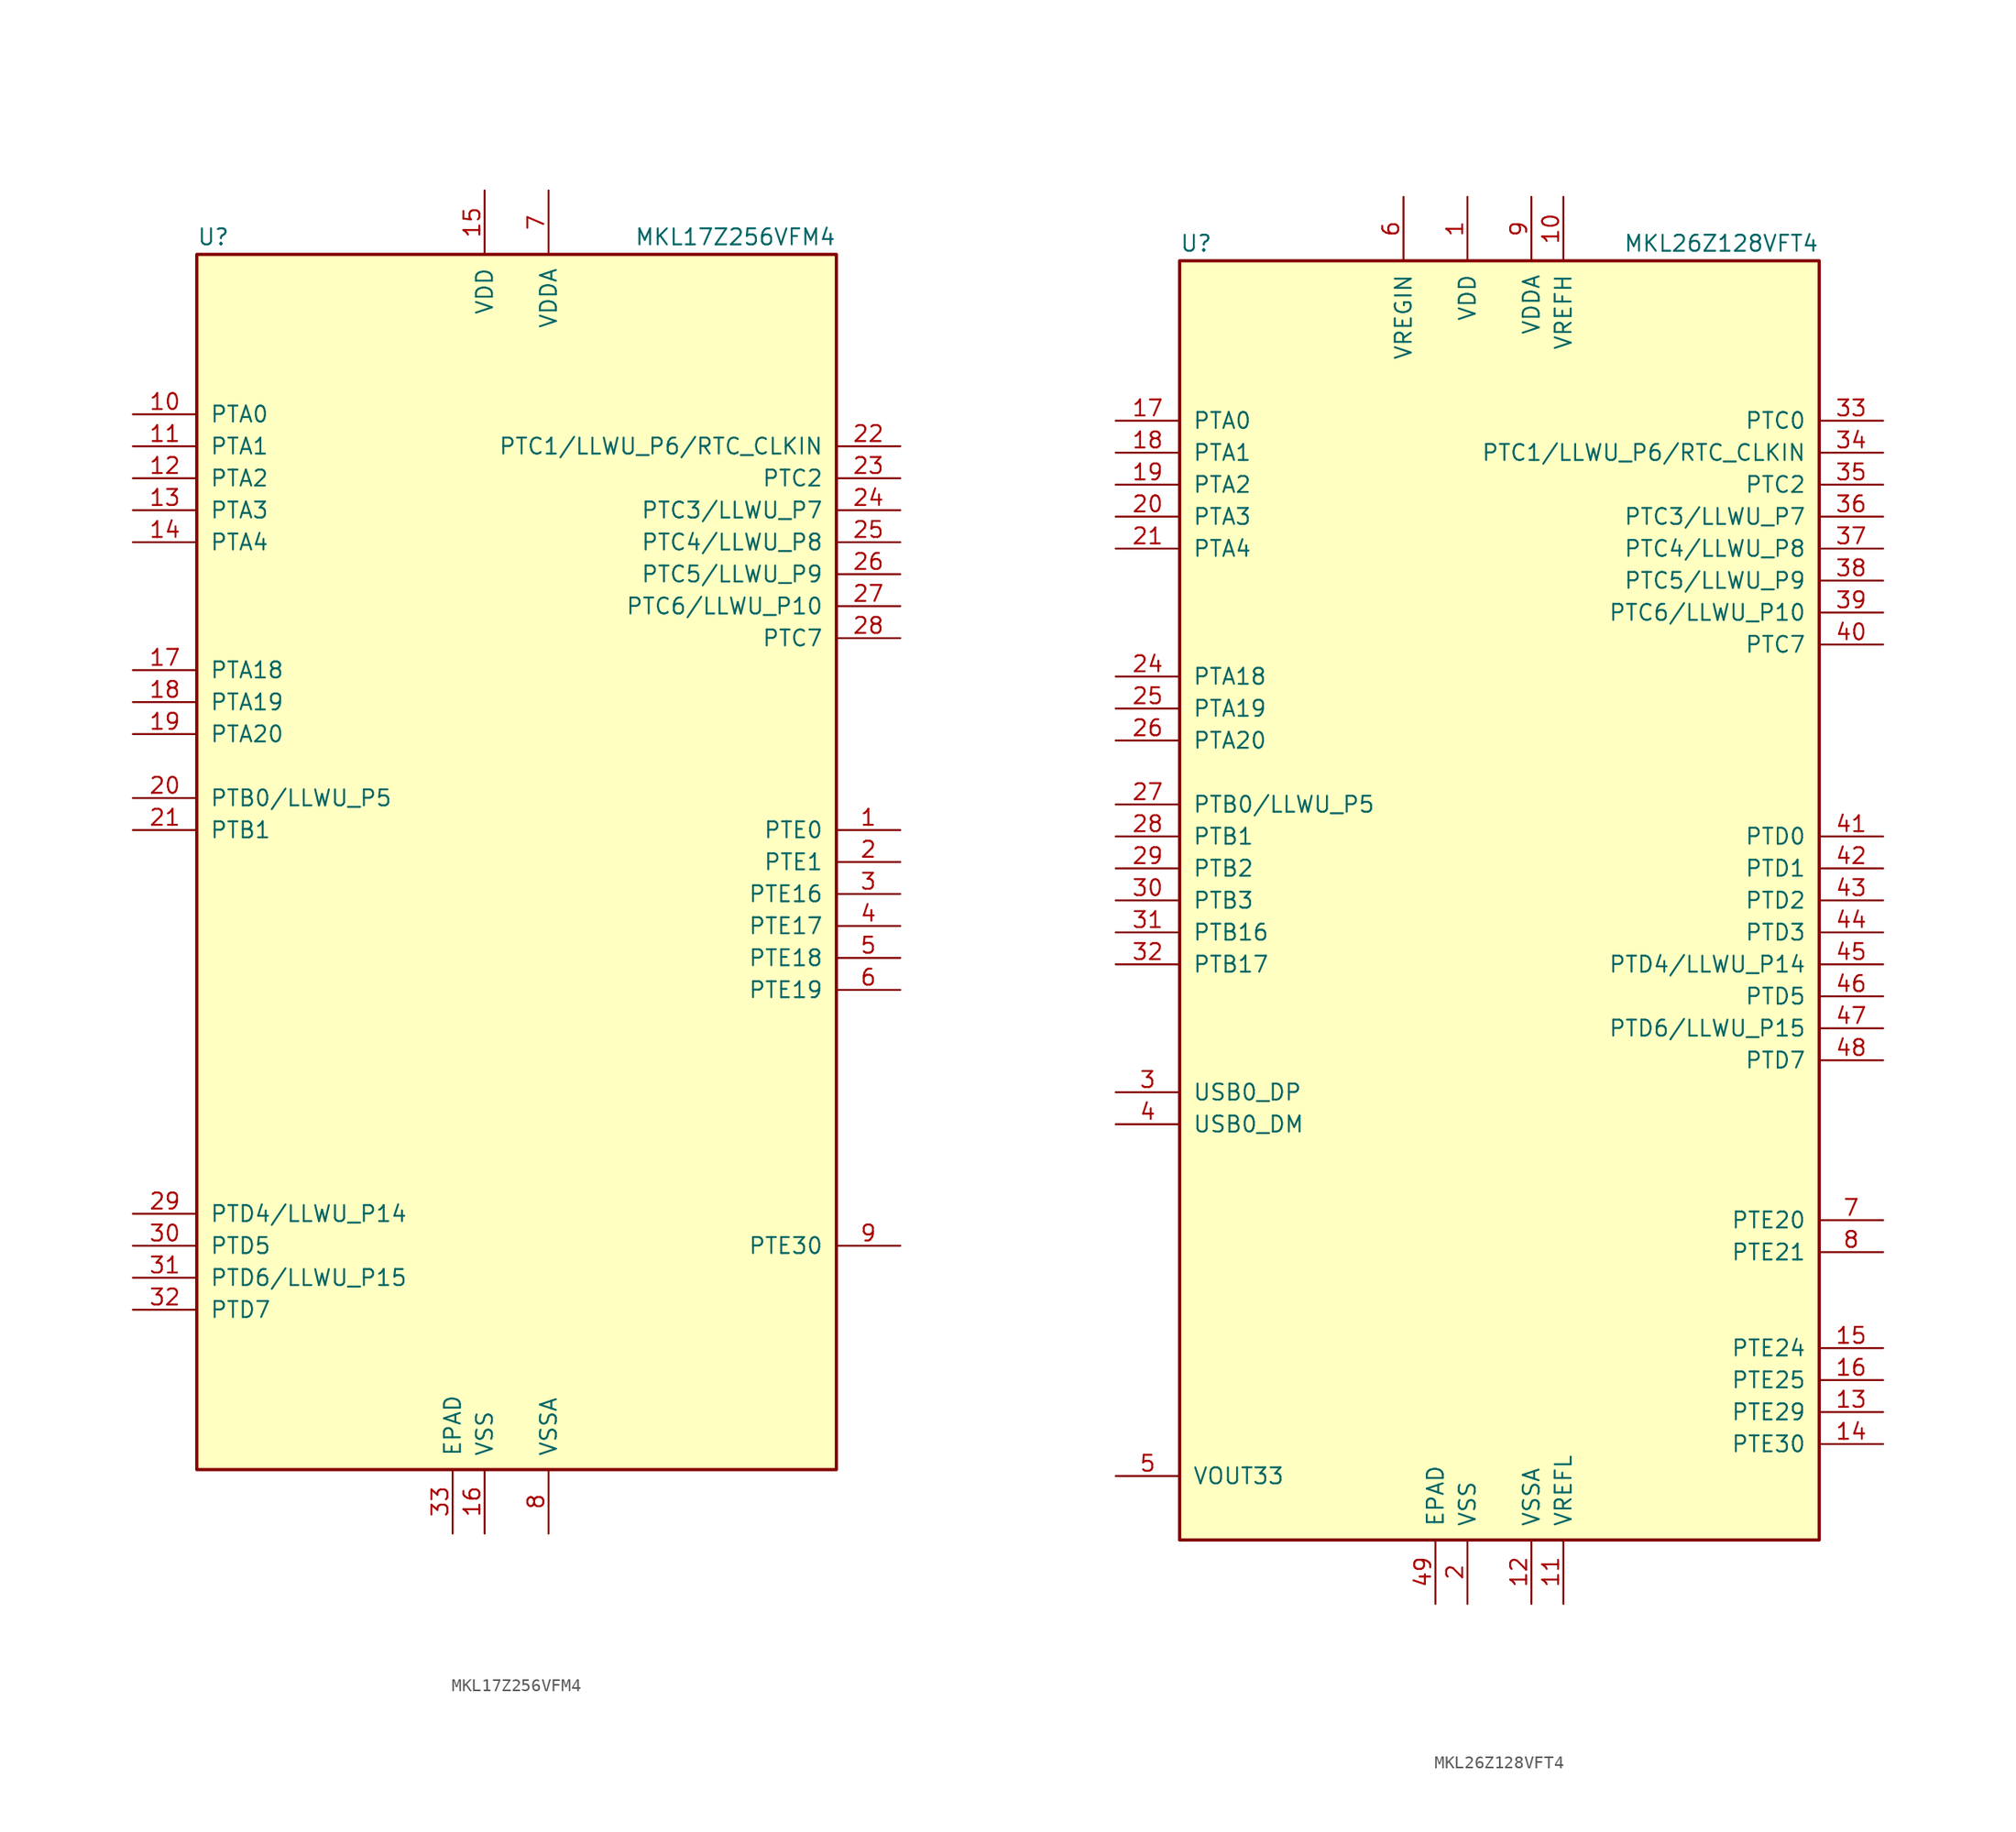
<source format=kicad_sym>
(kicad_symbol_lib
  (version 20231120)
  (generator "kicad_symbol_editor")
  (generator_version "8.0")
  (symbol "MKL17Z256VFM4"
    (pin_names
      (offset 1.016))
    (property "Reference" "U"
      (at -25.4 48.895 0)
      (effects (font (size 1.27 1.27)) (justify left bottom)))
    (property "Value" "MKL17Z256VFM4"
      (at 25.4 48.895 0)
      (effects (font (size 1.27 1.27)) (justify right bottom)))
    (symbol "MKL17Z256VFM4_0_1"
      (rectangle (start -25.4 48.26) (end 25.4 -48.26) (stroke (width 0.254) (type default)) (fill (type background))))
    (symbol "MKL17Z256VFM4_1_1"
      (pin bidirectional line (at 30.48 2.54 180) (length 5.08) (name "PTE0" (effects (font (size 1.27 1.27)))) (number "1" (effects (font (size 1.27 1.27)))))
      (pin bidirectional line (at -30.48 35.56 0) (length 5.08) (name "PTA0" (effects (font (size 1.27 1.27)))) (number "10" (effects (font (size 1.27 1.27)))))
      (pin bidirectional line (at -30.48 33.02 0) (length 5.08) (name "PTA1" (effects (font (size 1.27 1.27)))) (number "11" (effects (font (size 1.27 1.27)))))
      (pin bidirectional line (at -30.48 30.48 0) (length 5.08) (name "PTA2" (effects (font (size 1.27 1.27)))) (number "12" (effects (font (size 1.27 1.27)))))
      (pin bidirectional line (at -30.48 27.94 0) (length 5.08) (name "PTA3" (effects (font (size 1.27 1.27)))) (number "13" (effects (font (size 1.27 1.27)))))
      (pin bidirectional line (at -30.48 25.4 0) (length 5.08) (name "PTA4" (effects (font (size 1.27 1.27)))) (number "14" (effects (font (size 1.27 1.27)))))
      (pin power_in line (at -2.54 53.34 270) (length 5.08) (name "VDD" (effects (font (size 1.27 1.27)))) (number "15" (effects (font (size 1.27 1.27)))))
      (pin power_in line (at -2.54 -53.34 90) (length 5.08) (name "VSS" (effects (font (size 1.27 1.27)))) (number "16" (effects (font (size 1.27 1.27)))))
      (pin bidirectional line (at -30.48 15.24 0) (length 5.08) (name "PTA18" (effects (font (size 1.27 1.27)))) (number "17" (effects (font (size 1.27 1.27)))))
      (pin bidirectional line (at -30.48 12.7 0) (length 5.08) (name "PTA19" (effects (font (size 1.27 1.27)))) (number "18" (effects (font (size 1.27 1.27)))))
      (pin bidirectional line (at -30.48 10.16 0) (length 5.08) (name "PTA20" (effects (font (size 1.27 1.27)))) (number "19" (effects (font (size 1.27 1.27)))))
      (pin bidirectional line (at 30.48 0 180) (length 5.08) (name "PTE1" (effects (font (size 1.27 1.27)))) (number "2" (effects (font (size 1.27 1.27)))))
      (pin bidirectional line (at -30.48 5.08 0) (length 5.08) (name "PTB0/LLWU_P5" (effects (font (size 1.27 1.27)))) (number "20" (effects (font (size 1.27 1.27)))))
      (pin bidirectional line (at -30.48 2.54 0) (length 5.08) (name "PTB1" (effects (font (size 1.27 1.27)))) (number "21" (effects (font (size 1.27 1.27)))))
      (pin bidirectional line (at 30.48 33.02 180) (length 5.08) (name "PTC1/LLWU_P6/RTC_CLKIN" (effects (font (size 1.27 1.27)))) (number "22" (effects (font (size 1.27 1.27)))))
      (pin bidirectional line (at 30.48 30.48 180) (length 5.08) (name "PTC2" (effects (font (size 1.27 1.27)))) (number "23" (effects (font (size 1.27 1.27)))))
      (pin bidirectional line (at 30.48 27.94 180) (length 5.08) (name "PTC3/LLWU_P7" (effects (font (size 1.27 1.27)))) (number "24" (effects (font (size 1.27 1.27)))))
      (pin bidirectional line (at 30.48 25.4 180) (length 5.08) (name "PTC4/LLWU_P8" (effects (font (size 1.27 1.27)))) (number "25" (effects (font (size 1.27 1.27)))))
      (pin bidirectional line (at 30.48 22.86 180) (length 5.08) (name "PTC5/LLWU_P9" (effects (font (size 1.27 1.27)))) (number "26" (effects (font (size 1.27 1.27)))))
      (pin bidirectional line (at 30.48 20.32 180) (length 5.08) (name "PTC6/LLWU_P10" (effects (font (size 1.27 1.27)))) (number "27" (effects (font (size 1.27 1.27)))))
      (pin bidirectional line (at 30.48 17.78 180) (length 5.08) (name "PTC7" (effects (font (size 1.27 1.27)))) (number "28" (effects (font (size 1.27 1.27)))))
      (pin bidirectional line (at -30.48 -27.94 0) (length 5.08) (name "PTD4/LLWU_P14" (effects (font (size 1.27 1.27)))) (number "29" (effects (font (size 1.27 1.27)))))
      (pin bidirectional line (at 30.48 -2.54 180) (length 5.08) (name "PTE16" (effects (font (size 1.27 1.27)))) (number "3" (effects (font (size 1.27 1.27)))))
      (pin bidirectional line (at -30.48 -30.48 0) (length 5.08) (name "PTD5" (effects (font (size 1.27 1.27)))) (number "30" (effects (font (size 1.27 1.27)))))
      (pin bidirectional line (at -30.48 -33.02 0) (length 5.08) (name "PTD6/LLWU_P15" (effects (font (size 1.27 1.27)))) (number "31" (effects (font (size 1.27 1.27)))))
      (pin bidirectional line (at -30.48 -35.56 0) (length 5.08) (name "PTD7" (effects (font (size 1.27 1.27)))) (number "32" (effects (font (size 1.27 1.27)))))
      (pin power_in line (at -5.08 -53.34 90) (length 5.08) (name "EPAD" (effects (font (size 1.27 1.27)))) (number "33" (effects (font (size 1.27 1.27)))))
      (pin bidirectional line (at 30.48 -5.08 180) (length 5.08) (name "PTE17" (effects (font (size 1.27 1.27)))) (number "4" (effects (font (size 1.27 1.27)))))
      (pin bidirectional line (at 30.48 -7.62 180) (length 5.08) (name "PTE18" (effects (font (size 1.27 1.27)))) (number "5" (effects (font (size 1.27 1.27)))))
      (pin bidirectional line (at 30.48 -10.16 180) (length 5.08) (name "PTE19" (effects (font (size 1.27 1.27)))) (number "6" (effects (font (size 1.27 1.27)))))
      (pin power_in line (at 2.54 53.34 270) (length 5.08) (name "VDDA" (effects (font (size 1.27 1.27)))) (number "7" (effects (font (size 1.27 1.27)))))
      (pin power_in line (at 2.54 -53.34 90) (length 5.08) (name "VSSA" (effects (font (size 1.27 1.27)))) (number "8" (effects (font (size 1.27 1.27)))))
      (pin bidirectional line (at 30.48 -30.48 180) (length 5.08) (name "PTE30" (effects (font (size 1.27 1.27)))) (number "9" (effects (font (size 1.27 1.27)))))))
  (symbol "MKL26Z128VFT4"
    (pin_names
      (offset 1.016))
    (property "Reference" "U"
      (at -25.4 51.435 0)
      (effects (font (size 1.27 1.27)) (justify left bottom)))
    (property "Value" "MKL26Z128VFT4"
      (at 25.4 51.435 0)
      (effects (font (size 1.27 1.27)) (justify right bottom)))
    (symbol "MKL26Z128VFT4_0_1"
      (rectangle (start -25.4 50.8) (end 25.4 -50.8) (stroke (width 0.254) (type default)) (fill (type background))))
    (symbol "MKL26Z128VFT4_1_1"
      (pin power_in line (at -2.54 55.88 270) (length 5.08) (name "VDD" (effects (font (size 1.27 1.27)))) (number "1" (effects (font (size 1.27 1.27)))))
      (pin power_in line (at 5.08 55.88 270) (length 5.08) (name "VREFH" (effects (font (size 1.27 1.27)))) (number "10" (effects (font (size 1.27 1.27)))))
      (pin power_in line (at 5.08 -55.88 90) (length 5.08) (name "VREFL" (effects (font (size 1.27 1.27)))) (number "11" (effects (font (size 1.27 1.27)))))
      (pin power_in line (at 2.54 -55.88 90) (length 5.08) (name "VSSA" (effects (font (size 1.27 1.27)))) (number "12" (effects (font (size 1.27 1.27)))))
      (pin bidirectional line (at 30.48 -40.64 180) (length 5.08) (name "PTE29" (effects (font (size 1.27 1.27)))) (number "13" (effects (font (size 1.27 1.27)))))
      (pin bidirectional line (at 30.48 -43.18 180) (length 5.08) (name "PTE30" (effects (font (size 1.27 1.27)))) (number "14" (effects (font (size 1.27 1.27)))))
      (pin bidirectional line (at 30.48 -35.56 180) (length 5.08) (name "PTE24" (effects (font (size 1.27 1.27)))) (number "15" (effects (font (size 1.27 1.27)))))
      (pin bidirectional line (at 30.48 -38.1 180) (length 5.08) (name "PTE25" (effects (font (size 1.27 1.27)))) (number "16" (effects (font (size 1.27 1.27)))))
      (pin bidirectional line (at -30.48 38.1 0) (length 5.08) (name "PTA0" (effects (font (size 1.27 1.27)))) (number "17" (effects (font (size 1.27 1.27)))))
      (pin bidirectional line (at -30.48 35.56 0) (length 5.08) (name "PTA1" (effects (font (size 1.27 1.27)))) (number "18" (effects (font (size 1.27 1.27)))))
      (pin bidirectional line (at -30.48 33.02 0) (length 5.08) (name "PTA2" (effects (font (size 1.27 1.27)))) (number "19" (effects (font (size 1.27 1.27)))))
      (pin power_in line (at -2.54 -55.88 90) (length 5.08) (name "VSS" (effects (font (size 1.27 1.27)))) (number "2" (effects (font (size 1.27 1.27)))))
      (pin bidirectional line (at -30.48 30.48 0) (length 5.08) (name "PTA3" (effects (font (size 1.27 1.27)))) (number "20" (effects (font (size 1.27 1.27)))))
      (pin bidirectional line (at -30.48 27.94 0) (length 5.08) (name "PTA4" (effects (font (size 1.27 1.27)))) (number "21" (effects (font (size 1.27 1.27)))))
      (pin passive line (at -2.54 55.88 270) (length 5.08) hide (name "VDD" (effects (font (size 1.27 1.27)))) (number "22" (effects (font (size 1.27 1.27)))))
      (pin passive line (at -2.54 -55.88 90) (length 5.08) hide (name "VSS" (effects (font (size 1.27 1.27)))) (number "23" (effects (font (size 1.27 1.27)))))
      (pin bidirectional line (at -30.48 17.78 0) (length 5.08) (name "PTA18" (effects (font (size 1.27 1.27)))) (number "24" (effects (font (size 1.27 1.27)))))
      (pin bidirectional line (at -30.48 15.24 0) (length 5.08) (name "PTA19" (effects (font (size 1.27 1.27)))) (number "25" (effects (font (size 1.27 1.27)))))
      (pin bidirectional line (at -30.48 12.7 0) (length 5.08) (name "PTA20" (effects (font (size 1.27 1.27)))) (number "26" (effects (font (size 1.27 1.27)))))
      (pin bidirectional line (at -30.48 7.62 0) (length 5.08) (name "PTB0/LLWU_P5" (effects (font (size 1.27 1.27)))) (number "27" (effects (font (size 1.27 1.27)))))
      (pin bidirectional line (at -30.48 5.08 0) (length 5.08) (name "PTB1" (effects (font (size 1.27 1.27)))) (number "28" (effects (font (size 1.27 1.27)))))
      (pin bidirectional line (at -30.48 2.54 0) (length 5.08) (name "PTB2" (effects (font (size 1.27 1.27)))) (number "29" (effects (font (size 1.27 1.27)))))
      (pin bidirectional line (at -30.48 -15.24 0) (length 5.08) (name "USB0_DP" (effects (font (size 1.27 1.27)))) (number "3" (effects (font (size 1.27 1.27)))))
      (pin bidirectional line (at -30.48 0 0) (length 5.08) (name "PTB3" (effects (font (size 1.27 1.27)))) (number "30" (effects (font (size 1.27 1.27)))))
      (pin bidirectional line (at -30.48 -2.54 0) (length 5.08) (name "PTB16" (effects (font (size 1.27 1.27)))) (number "31" (effects (font (size 1.27 1.27)))))
      (pin bidirectional line (at -30.48 -5.08 0) (length 5.08) (name "PTB17" (effects (font (size 1.27 1.27)))) (number "32" (effects (font (size 1.27 1.27)))))
      (pin bidirectional line (at 30.48 38.1 180) (length 5.08) (name "PTC0" (effects (font (size 1.27 1.27)))) (number "33" (effects (font (size 1.27 1.27)))))
      (pin bidirectional line (at 30.48 35.56 180) (length 5.08) (name "PTC1/LLWU_P6/RTC_CLKIN" (effects (font (size 1.27 1.27)))) (number "34" (effects (font (size 1.27 1.27)))))
      (pin bidirectional line (at 30.48 33.02 180) (length 5.08) (name "PTC2" (effects (font (size 1.27 1.27)))) (number "35" (effects (font (size 1.27 1.27)))))
      (pin bidirectional line (at 30.48 30.48 180) (length 5.08) (name "PTC3/LLWU_P7" (effects (font (size 1.27 1.27)))) (number "36" (effects (font (size 1.27 1.27)))))
      (pin bidirectional line (at 30.48 27.94 180) (length 5.08) (name "PTC4/LLWU_P8" (effects (font (size 1.27 1.27)))) (number "37" (effects (font (size 1.27 1.27)))))
      (pin bidirectional line (at 30.48 25.4 180) (length 5.08) (name "PTC5/LLWU_P9" (effects (font (size 1.27 1.27)))) (number "38" (effects (font (size 1.27 1.27)))))
      (pin bidirectional line (at 30.48 22.86 180) (length 5.08) (name "PTC6/LLWU_P10" (effects (font (size 1.27 1.27)))) (number "39" (effects (font (size 1.27 1.27)))))
      (pin bidirectional line (at -30.48 -17.78 0) (length 5.08) (name "USB0_DM" (effects (font (size 1.27 1.27)))) (number "4" (effects (font (size 1.27 1.27)))))
      (pin bidirectional line (at 30.48 20.32 180) (length 5.08) (name "PTC7" (effects (font (size 1.27 1.27)))) (number "40" (effects (font (size 1.27 1.27)))))
      (pin bidirectional line (at 30.48 5.08 180) (length 5.08) (name "PTD0" (effects (font (size 1.27 1.27)))) (number "41" (effects (font (size 1.27 1.27)))))
      (pin bidirectional line (at 30.48 2.54 180) (length 5.08) (name "PTD1" (effects (font (size 1.27 1.27)))) (number "42" (effects (font (size 1.27 1.27)))))
      (pin bidirectional line (at 30.48 0 180) (length 5.08) (name "PTD2" (effects (font (size 1.27 1.27)))) (number "43" (effects (font (size 1.27 1.27)))))
      (pin bidirectional line (at 30.48 -2.54 180) (length 5.08) (name "PTD3" (effects (font (size 1.27 1.27)))) (number "44" (effects (font (size 1.27 1.27)))))
      (pin bidirectional line (at 30.48 -5.08 180) (length 5.08) (name "PTD4/LLWU_P14" (effects (font (size 1.27 1.27)))) (number "45" (effects (font (size 1.27 1.27)))))
      (pin bidirectional line (at 30.48 -7.62 180) (length 5.08) (name "PTD5" (effects (font (size 1.27 1.27)))) (number "46" (effects (font (size 1.27 1.27)))))
      (pin bidirectional line (at 30.48 -10.16 180) (length 5.08) (name "PTD6/LLWU_P15" (effects (font (size 1.27 1.27)))) (number "47" (effects (font (size 1.27 1.27)))))
      (pin bidirectional line (at 30.48 -12.7 180) (length 5.08) (name "PTD7" (effects (font (size 1.27 1.27)))) (number "48" (effects (font (size 1.27 1.27)))))
      (pin power_in line (at -5.08 -55.88 90) (length 5.08) (name "EPAD" (effects (font (size 1.27 1.27)))) (number "49" (effects (font (size 1.27 1.27)))))
      (pin power_out line (at -30.48 -45.72 0) (length 5.08) (name "VOUT33" (effects (font (size 1.27 1.27)))) (number "5" (effects (font (size 1.27 1.27)))))
      (pin power_in line (at -7.62 55.88 270) (length 5.08) (name "VREGIN" (effects (font (size 1.27 1.27)))) (number "6" (effects (font (size 1.27 1.27)))))
      (pin bidirectional line (at 30.48 -25.4 180) (length 5.08) (name "PTE20" (effects (font (size 1.27 1.27)))) (number "7" (effects (font (size 1.27 1.27)))))
      (pin bidirectional line (at 30.48 -27.94 180) (length 5.08) (name "PTE21" (effects (font (size 1.27 1.27)))) (number "8" (effects (font (size 1.27 1.27)))))
      (pin power_in line (at 2.54 55.88 270) (length 5.08) (name "VDDA" (effects (font (size 1.27 1.27)))) (number "9" (effects (font (size 1.27 1.27))))))))
</source>
